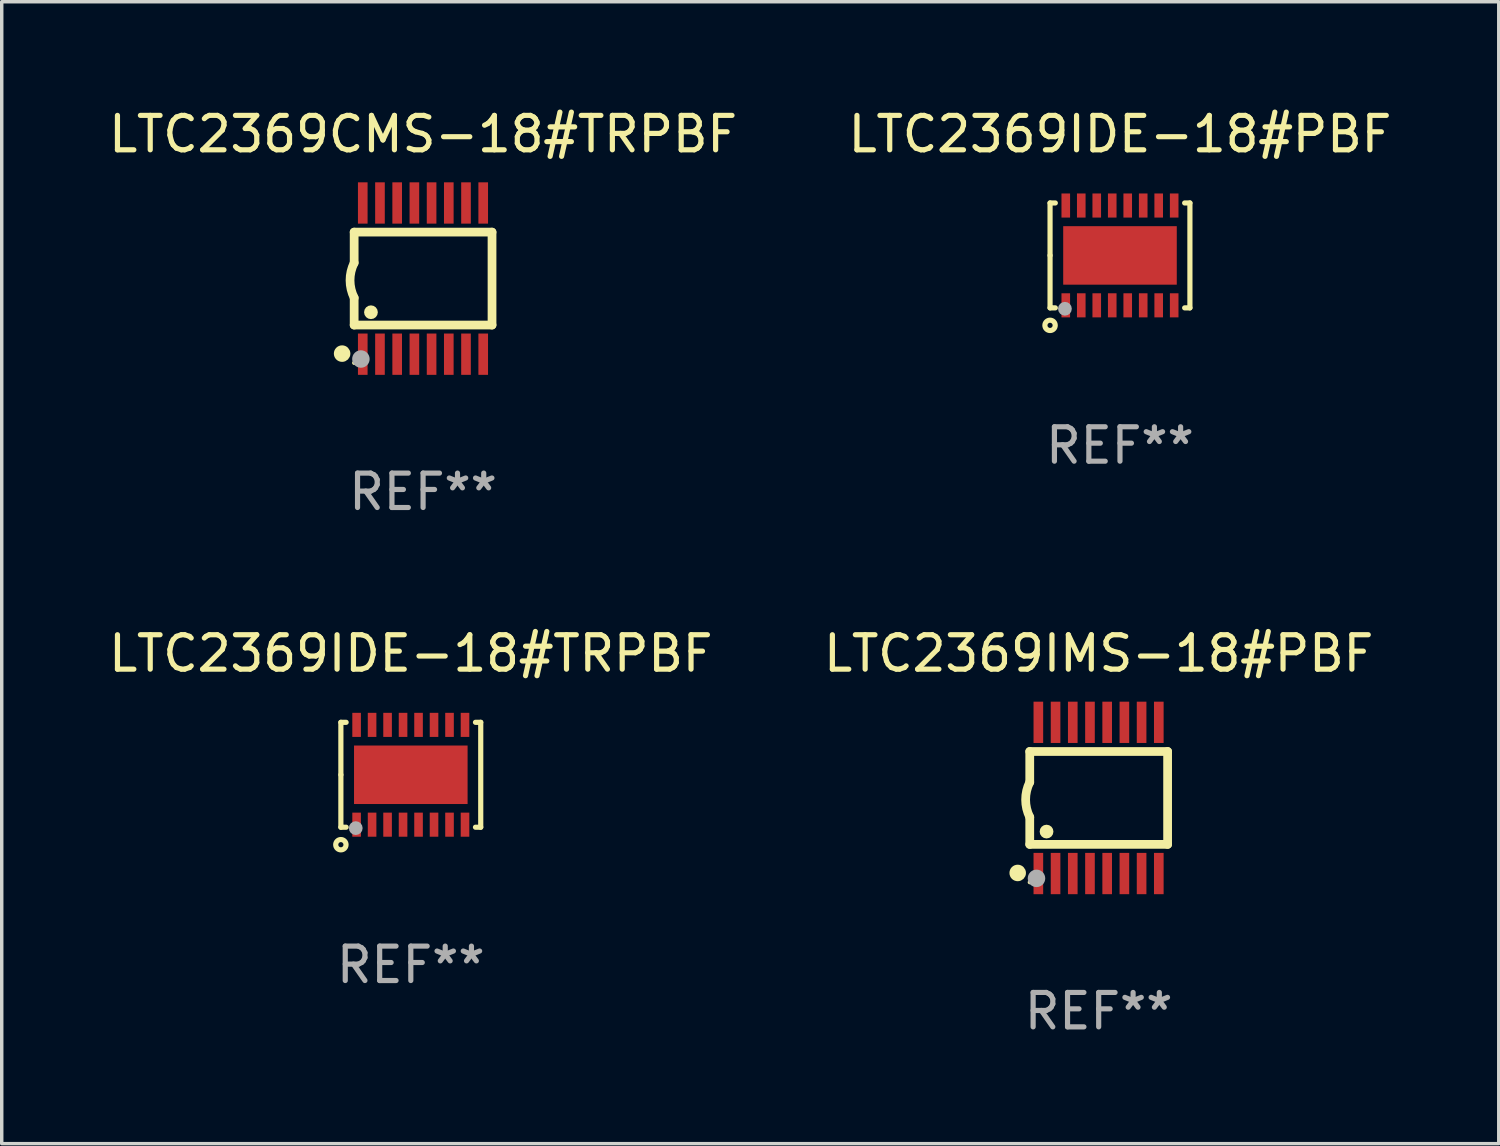
<source format=kicad_pcb>
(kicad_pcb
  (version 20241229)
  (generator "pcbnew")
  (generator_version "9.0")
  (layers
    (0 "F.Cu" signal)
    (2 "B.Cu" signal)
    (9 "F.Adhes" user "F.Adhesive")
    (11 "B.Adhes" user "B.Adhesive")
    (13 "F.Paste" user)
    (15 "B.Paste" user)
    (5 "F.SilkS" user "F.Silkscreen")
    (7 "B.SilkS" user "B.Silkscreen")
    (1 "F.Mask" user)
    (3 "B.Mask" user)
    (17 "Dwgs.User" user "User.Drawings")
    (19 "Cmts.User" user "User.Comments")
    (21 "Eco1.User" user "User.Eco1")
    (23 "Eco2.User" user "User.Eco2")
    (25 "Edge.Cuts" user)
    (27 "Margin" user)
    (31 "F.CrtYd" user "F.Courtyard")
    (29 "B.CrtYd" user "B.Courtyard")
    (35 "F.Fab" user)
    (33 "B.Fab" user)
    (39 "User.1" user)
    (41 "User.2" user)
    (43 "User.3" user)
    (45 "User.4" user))
  (footprint "LTC2369IDE-18#PBF"
    (layer "F.Cu")
    (at 29.494 4.372)
    (property "Reference" "LTC2369IDE-18#PBF" (at 0 -3.524 0) (layer "F.SilkS") (effects (font (size 1 1) (thickness 0.15))))
    (attr through_hole)
    (fp_line (start -2.032 -1.524) (end -1.879 -1.524) (stroke (width 0.15) (type solid)) (layer "F.SilkS"))
    (fp_line (start -2.032 0) (end -2.032 -1.524) (stroke (width 0.15) (type solid)) (layer "F.SilkS"))
    (fp_line (start -2.032 1.524) (end -2.032 0) (stroke (width 0.15) (type solid)) (layer "F.SilkS"))
    (fp_line (start -1.879 1.524) (end -2.032 1.524) (stroke (width 0.15) (type solid)) (layer "F.SilkS"))
    (fp_line (start 1.879 -1.524) (end 2.032 -1.524) (stroke (width 0.15) (type solid)) (layer "F.SilkS"))
    (fp_line (start 2.032 -1.524) (end 2.032 1.524) (stroke (width 0.15) (type solid)) (layer "F.SilkS"))
    (fp_line (start 2.032 1.524) (end 1.879 1.524) (stroke (width 0.15) (type solid)) (layer "F.SilkS"))
    (fp_circle (center -2.032 2.032) (end -1.882 2.032) (stroke (width 0.15) (type solid)) (fill no) (layer "F.SilkS"))
    (fp_circle (center -2 1.5) (end -1.97 1.5) (stroke (width 0.06) (type solid)) (fill no) (layer "F.SilkS"))
    (fp_circle (center -1.6 1.55) (end -1.5 1.55) (stroke (width 0.2) (type solid)) (fill no) (layer "F.Fab"))
    (fp_text user "REF**" (at 0 5.524 0) (layer "F.Fab") (effects (font (size 1 1) (thickness 0.15))))
    (pad "1" smd rect (at -1.575 1.45 90) (size 0.7 0.25) (layers "F.Cu" "F.Mask" "F.Paste"))
    (pad "2" smd rect (at -1.125 1.45 90) (size 0.7 0.25) (layers "F.Cu" "F.Mask" "F.Paste"))
    (pad "3" smd rect (at -0.675 1.45 90) (size 0.7 0.25) (layers "F.Cu" "F.Mask" "F.Paste"))
    (pad "4" smd rect (at -0.225 1.45 90) (size 0.7 0.25) (layers "F.Cu" "F.Mask" "F.Paste"))
    (pad "5" smd rect (at 0.225 1.45 90) (size 0.7 0.25) (layers "F.Cu" "F.Mask" "F.Paste"))
    (pad "6" smd rect (at 0.675 1.45 90) (size 0.7 0.25) (layers "F.Cu" "F.Mask" "F.Paste"))
    (pad "7" smd rect (at 1.125 1.45 90) (size 0.7 0.25) (layers "F.Cu" "F.Mask" "F.Paste"))
    (pad "8" smd rect (at 1.575 1.45 90) (size 0.7 0.25) (layers "F.Cu" "F.Mask" "F.Paste"))
    (pad "9" smd rect (at 1.575 -1.45 90) (size 0.7 0.25) (layers "F.Cu" "F.Mask" "F.Paste"))
    (pad "10" smd rect (at 1.125 -1.45 90) (size 0.7 0.25) (layers "F.Cu" "F.Mask" "F.Paste"))
    (pad "11" smd rect (at 0.675 -1.45 90) (size 0.7 0.25) (layers "F.Cu" "F.Mask" "F.Paste"))
    (pad "12" smd rect (at 0.225 -1.45 90) (size 0.7 0.25) (layers "F.Cu" "F.Mask" "F.Paste"))
    (pad "13" smd rect (at -0.225 -1.45 90) (size 0.7 0.25) (layers "F.Cu" "F.Mask" "F.Paste"))
    (pad "14" smd rect (at -0.675 -1.45 90) (size 0.7 0.25) (layers "F.Cu" "F.Mask" "F.Paste"))
    (pad "15" smd rect (at -1.125 -1.45 90) (size 0.7 0.25) (layers "F.Cu" "F.Mask" "F.Paste"))
    (pad "16" smd rect (at -1.575 -1.45 90) (size 0.7 0.25) (layers "F.Cu" "F.Mask" "F.Paste"))
    (pad "17" smd rect (at 0.000127 0 90) (size 1.7 3.3) (layers "F.Cu" "F.Mask" "F.Paste")))
  (footprint "LTC2369IMS-18#PBF"
    (layer "F.Cu")
    (at 28.875 20.136)
    (property "Reference" "LTC2369IMS-18#PBF" (at 0 -4.197 0) (layer "F.SilkS") (effects (font (size 1 1) (thickness 0.15))))
    (attr through_hole)
    (fp_line (start -2.003 -1.35) (end -2.003 -0.457) (stroke (width 0.254) (type solid)) (layer "F.SilkS"))
    (fp_line (start -2.003 -1.35) (end 2.003 -1.35) (stroke (width 0.254) (type solid)) (layer "F.SilkS"))
    (fp_line (start -2.003 1.35) (end -2.003 0.559) (stroke (width 0.254) (type solid)) (layer "F.SilkS"))
    (fp_line (start -2.003 1.35) (end 2.003 1.35) (stroke (width 0.254) (type solid)) (layer "F.SilkS"))
    (fp_line (start 2.003 -1.35) (end 2.003 1.35) (stroke (width 0.254) (type solid)) (layer "F.SilkS"))
    (fp_arc (start -2.002286 0.558802) (mid -2.122556 0.05092) (end -2.003302 -0.457201) (stroke (width 0.254001) (type solid)) (layer "F.SilkS"))
    (fp_circle (center -2.353 2.18) (end -2.233 2.18) (stroke (width 0.24) (type solid)) (fill no) (layer "F.SilkS"))
    (fp_circle (center -2.003 2.45) (end -1.973 2.45) (stroke (width 0.06) (type solid)) (fill no) (layer "F.SilkS"))
    (fp_circle (center -1.515 0.978) (end -1.415 0.978) (stroke (width 0.2) (type solid)) (fill no) (layer "F.SilkS"))
    (fp_circle (center -1.807 2.337) (end -1.68 2.337) (stroke (width 0.254) (type solid)) (fill no) (layer "F.Fab"))
    (fp_text user "REF**" (at 0 6.197 0) (layer "F.Fab") (effects (font (size 1 1) (thickness 0.15))))
    (pad "1" smd rect (at -1.753 2.197 90) (size 1.2 0.28) (layers "F.Cu" "F.Mask" "F.Paste"))
    (pad "2" smd rect (at -1.253 2.197 90) (size 1.2 0.28) (layers "F.Cu" "F.Mask" "F.Paste"))
    (pad "3" smd rect (at -0.753 2.197 90) (size 1.2 0.28) (layers "F.Cu" "F.Mask" "F.Paste"))
    (pad "4" smd rect (at -0.253 2.197 90) (size 1.2 0.28) (layers "F.Cu" "F.Mask" "F.Paste"))
    (pad "5" smd rect (at 0.247 2.197 90) (size 1.2 0.28) (layers "F.Cu" "F.Mask" "F.Paste"))
    (pad "6" smd rect (at 0.747 2.197 90) (size 1.2 0.28) (layers "F.Cu" "F.Mask" "F.Paste"))
    (pad "7" smd rect (at 1.247 2.197 90) (size 1.2 0.28) (layers "F.Cu" "F.Mask" "F.Paste"))
    (pad "8" smd rect (at 1.747 2.197 90) (size 1.2 0.28) (layers "F.Cu" "F.Mask" "F.Paste"))
    (pad "9" smd rect (at 1.747 -2.197 90) (size 1.2 0.28) (layers "F.Cu" "F.Mask" "F.Paste"))
    (pad "10" smd rect (at 1.247 -2.197 90) (size 1.2 0.28) (layers "F.Cu" "F.Mask" "F.Paste"))
    (pad "11" smd rect (at 0.747 -2.197 90) (size 1.2 0.28) (layers "F.Cu" "F.Mask" "F.Paste"))
    (pad "12" smd rect (at 0.247 -2.197 90) (size 1.2 0.28) (layers "F.Cu" "F.Mask" "F.Paste"))
    (pad "13" smd rect (at -0.253 -2.197 90) (size 1.2 0.28) (layers "F.Cu" "F.Mask" "F.Paste"))
    (pad "14" smd rect (at -0.753 -2.197 90) (size 1.2 0.28) (layers "F.Cu" "F.Mask" "F.Paste"))
    (pad "15" smd rect (at -1.253 -2.197 90) (size 1.2 0.28) (layers "F.Cu" "F.Mask" "F.Paste"))
    (pad "16" smd rect (at -1.753 -2.197 90) (size 1.2 0.28) (layers "F.Cu" "F.Mask" "F.Paste")))
  (footprint "LTC2369CMS-18#TRPBF"
    (layer "F.Cu")
    (at 9.244 5.045)
    (property "Reference" "LTC2369CMS-18#TRPBF" (at 0 -4.197 0) (layer "F.SilkS") (effects (font (size 1 1) (thickness 0.15))))
    (attr through_hole)
    (fp_line (start -2.003 -1.35) (end -2.003 -0.457) (stroke (width 0.254) (type solid)) (layer "F.SilkS"))
    (fp_line (start -2.003 -1.35) (end 2.003 -1.35) (stroke (width 0.254) (type solid)) (layer "F.SilkS"))
    (fp_line (start -2.003 1.35) (end -2.003 0.559) (stroke (width 0.254) (type solid)) (layer "F.SilkS"))
    (fp_line (start -2.003 1.35) (end 2.003 1.35) (stroke (width 0.254) (type solid)) (layer "F.SilkS"))
    (fp_line (start 2.003 -1.35) (end 2.003 1.35) (stroke (width 0.254) (type solid)) (layer "F.SilkS"))
    (fp_arc (start -2.002286 0.558802) (mid -2.122556 0.05092) (end -2.003302 -0.457201) (stroke (width 0.254001) (type solid)) (layer "F.SilkS"))
    (fp_circle (center -2.353 2.18) (end -2.233 2.18) (stroke (width 0.24) (type solid)) (fill no) (layer "F.SilkS"))
    (fp_circle (center -2.003 2.45) (end -1.973 2.45) (stroke (width 0.06) (type solid)) (fill no) (layer "F.SilkS"))
    (fp_circle (center -1.515 0.978) (end -1.415 0.978) (stroke (width 0.2) (type solid)) (fill no) (layer "F.SilkS"))
    (fp_circle (center -1.807 2.337) (end -1.68 2.337) (stroke (width 0.254) (type solid)) (fill no) (layer "F.Fab"))
    (fp_text user "REF**" (at 0 6.197 0) (layer "F.Fab") (effects (font (size 1 1) (thickness 0.15))))
    (pad "1" smd rect (at -1.753 2.197 90) (size 1.2 0.28) (layers "F.Cu" "F.Mask" "F.Paste"))
    (pad "2" smd rect (at -1.253 2.197 90) (size 1.2 0.28) (layers "F.Cu" "F.Mask" "F.Paste"))
    (pad "3" smd rect (at -0.753 2.197 90) (size 1.2 0.28) (layers "F.Cu" "F.Mask" "F.Paste"))
    (pad "4" smd rect (at -0.253 2.197 90) (size 1.2 0.28) (layers "F.Cu" "F.Mask" "F.Paste"))
    (pad "5" smd rect (at 0.247 2.197 90) (size 1.2 0.28) (layers "F.Cu" "F.Mask" "F.Paste"))
    (pad "6" smd rect (at 0.747 2.197 90) (size 1.2 0.28) (layers "F.Cu" "F.Mask" "F.Paste"))
    (pad "7" smd rect (at 1.247 2.197 90) (size 1.2 0.28) (layers "F.Cu" "F.Mask" "F.Paste"))
    (pad "8" smd rect (at 1.747 2.197 90) (size 1.2 0.28) (layers "F.Cu" "F.Mask" "F.Paste"))
    (pad "9" smd rect (at 1.747 -2.197 90) (size 1.2 0.28) (layers "F.Cu" "F.Mask" "F.Paste"))
    (pad "10" smd rect (at 1.247 -2.197 90) (size 1.2 0.28) (layers "F.Cu" "F.Mask" "F.Paste"))
    (pad "11" smd rect (at 0.747 -2.197 90) (size 1.2 0.28) (layers "F.Cu" "F.Mask" "F.Paste"))
    (pad "12" smd rect (at 0.247 -2.197 90) (size 1.2 0.28) (layers "F.Cu" "F.Mask" "F.Paste"))
    (pad "13" smd rect (at -0.253 -2.197 90) (size 1.2 0.28) (layers "F.Cu" "F.Mask" "F.Paste"))
    (pad "14" smd rect (at -0.753 -2.197 90) (size 1.2 0.28) (layers "F.Cu" "F.Mask" "F.Paste"))
    (pad "15" smd rect (at -1.253 -2.197 90) (size 1.2 0.28) (layers "F.Cu" "F.Mask" "F.Paste"))
    (pad "16" smd rect (at -1.753 -2.197 90) (size 1.2 0.28) (layers "F.Cu" "F.Mask" "F.Paste")))
  (footprint "LTC2369IDE-18#TRPBF"
    (layer "F.Cu")
    (at 8.887 19.463)
    (property "Reference" "LTC2369IDE-18#TRPBF" (at 0 -3.524 0) (layer "F.SilkS") (effects (font (size 1 1) (thickness 0.15))))
    (attr through_hole)
    (fp_line (start -2.032 -1.524) (end -1.879 -1.524) (stroke (width 0.15) (type solid)) (layer "F.SilkS"))
    (fp_line (start -2.032 0) (end -2.032 -1.524) (stroke (width 0.15) (type solid)) (layer "F.SilkS"))
    (fp_line (start -2.032 1.524) (end -2.032 0) (stroke (width 0.15) (type solid)) (layer "F.SilkS"))
    (fp_line (start -1.879 1.524) (end -2.032 1.524) (stroke (width 0.15) (type solid)) (layer "F.SilkS"))
    (fp_line (start 1.879 -1.524) (end 2.032 -1.524) (stroke (width 0.15) (type solid)) (layer "F.SilkS"))
    (fp_line (start 2.032 -1.524) (end 2.032 1.524) (stroke (width 0.15) (type solid)) (layer "F.SilkS"))
    (fp_line (start 2.032 1.524) (end 1.879 1.524) (stroke (width 0.15) (type solid)) (layer "F.SilkS"))
    (fp_circle (center -2.032 2.032) (end -1.882 2.032) (stroke (width 0.15) (type solid)) (fill no) (layer "F.SilkS"))
    (fp_circle (center -2 1.5) (end -1.97 1.5) (stroke (width 0.06) (type solid)) (fill no) (layer "F.SilkS"))
    (fp_circle (center -1.6 1.55) (end -1.5 1.55) (stroke (width 0.2) (type solid)) (fill no) (layer "F.Fab"))
    (fp_text user "REF**" (at 0 5.524 0) (layer "F.Fab") (effects (font (size 1 1) (thickness 0.15))))
    (pad "1" smd rect (at -1.575 1.45 90) (size 0.7 0.25) (layers "F.Cu" "F.Mask" "F.Paste"))
    (pad "2" smd rect (at -1.125 1.45 90) (size 0.7 0.25) (layers "F.Cu" "F.Mask" "F.Paste"))
    (pad "3" smd rect (at -0.675 1.45 90) (size 0.7 0.25) (layers "F.Cu" "F.Mask" "F.Paste"))
    (pad "4" smd rect (at -0.225 1.45 90) (size 0.7 0.25) (layers "F.Cu" "F.Mask" "F.Paste"))
    (pad "5" smd rect (at 0.225 1.45 90) (size 0.7 0.25) (layers "F.Cu" "F.Mask" "F.Paste"))
    (pad "6" smd rect (at 0.675 1.45 90) (size 0.7 0.25) (layers "F.Cu" "F.Mask" "F.Paste"))
    (pad "7" smd rect (at 1.125 1.45 90) (size 0.7 0.25) (layers "F.Cu" "F.Mask" "F.Paste"))
    (pad "8" smd rect (at 1.575 1.45 90) (size 0.7 0.25) (layers "F.Cu" "F.Mask" "F.Paste"))
    (pad "9" smd rect (at 1.575 -1.45 90) (size 0.7 0.25) (layers "F.Cu" "F.Mask" "F.Paste"))
    (pad "10" smd rect (at 1.125 -1.45 90) (size 0.7 0.25) (layers "F.Cu" "F.Mask" "F.Paste"))
    (pad "11" smd rect (at 0.675 -1.45 90) (size 0.7 0.25) (layers "F.Cu" "F.Mask" "F.Paste"))
    (pad "12" smd rect (at 0.225 -1.45 90) (size 0.7 0.25) (layers "F.Cu" "F.Mask" "F.Paste"))
    (pad "13" smd rect (at -0.225 -1.45 90) (size 0.7 0.25) (layers "F.Cu" "F.Mask" "F.Paste"))
    (pad "14" smd rect (at -0.675 -1.45 90) (size 0.7 0.25) (layers "F.Cu" "F.Mask" "F.Paste"))
    (pad "15" smd rect (at -1.125 -1.45 90) (size 0.7 0.25) (layers "F.Cu" "F.Mask" "F.Paste"))
    (pad "16" smd rect (at -1.575 -1.45 90) (size 0.7 0.25) (layers "F.Cu" "F.Mask" "F.Paste"))
    (pad "17" smd rect (at 0.000127 0 90) (size 1.7 3.3) (layers "F.Cu" "F.Mask" "F.Paste")))
  (gr_rect
    (start -3 -3)
    (end 40.5 30.181)
    (stroke (width 0.1) (type default))
    (fill no)
    (layer "Edge.Cuts")))
</source>
